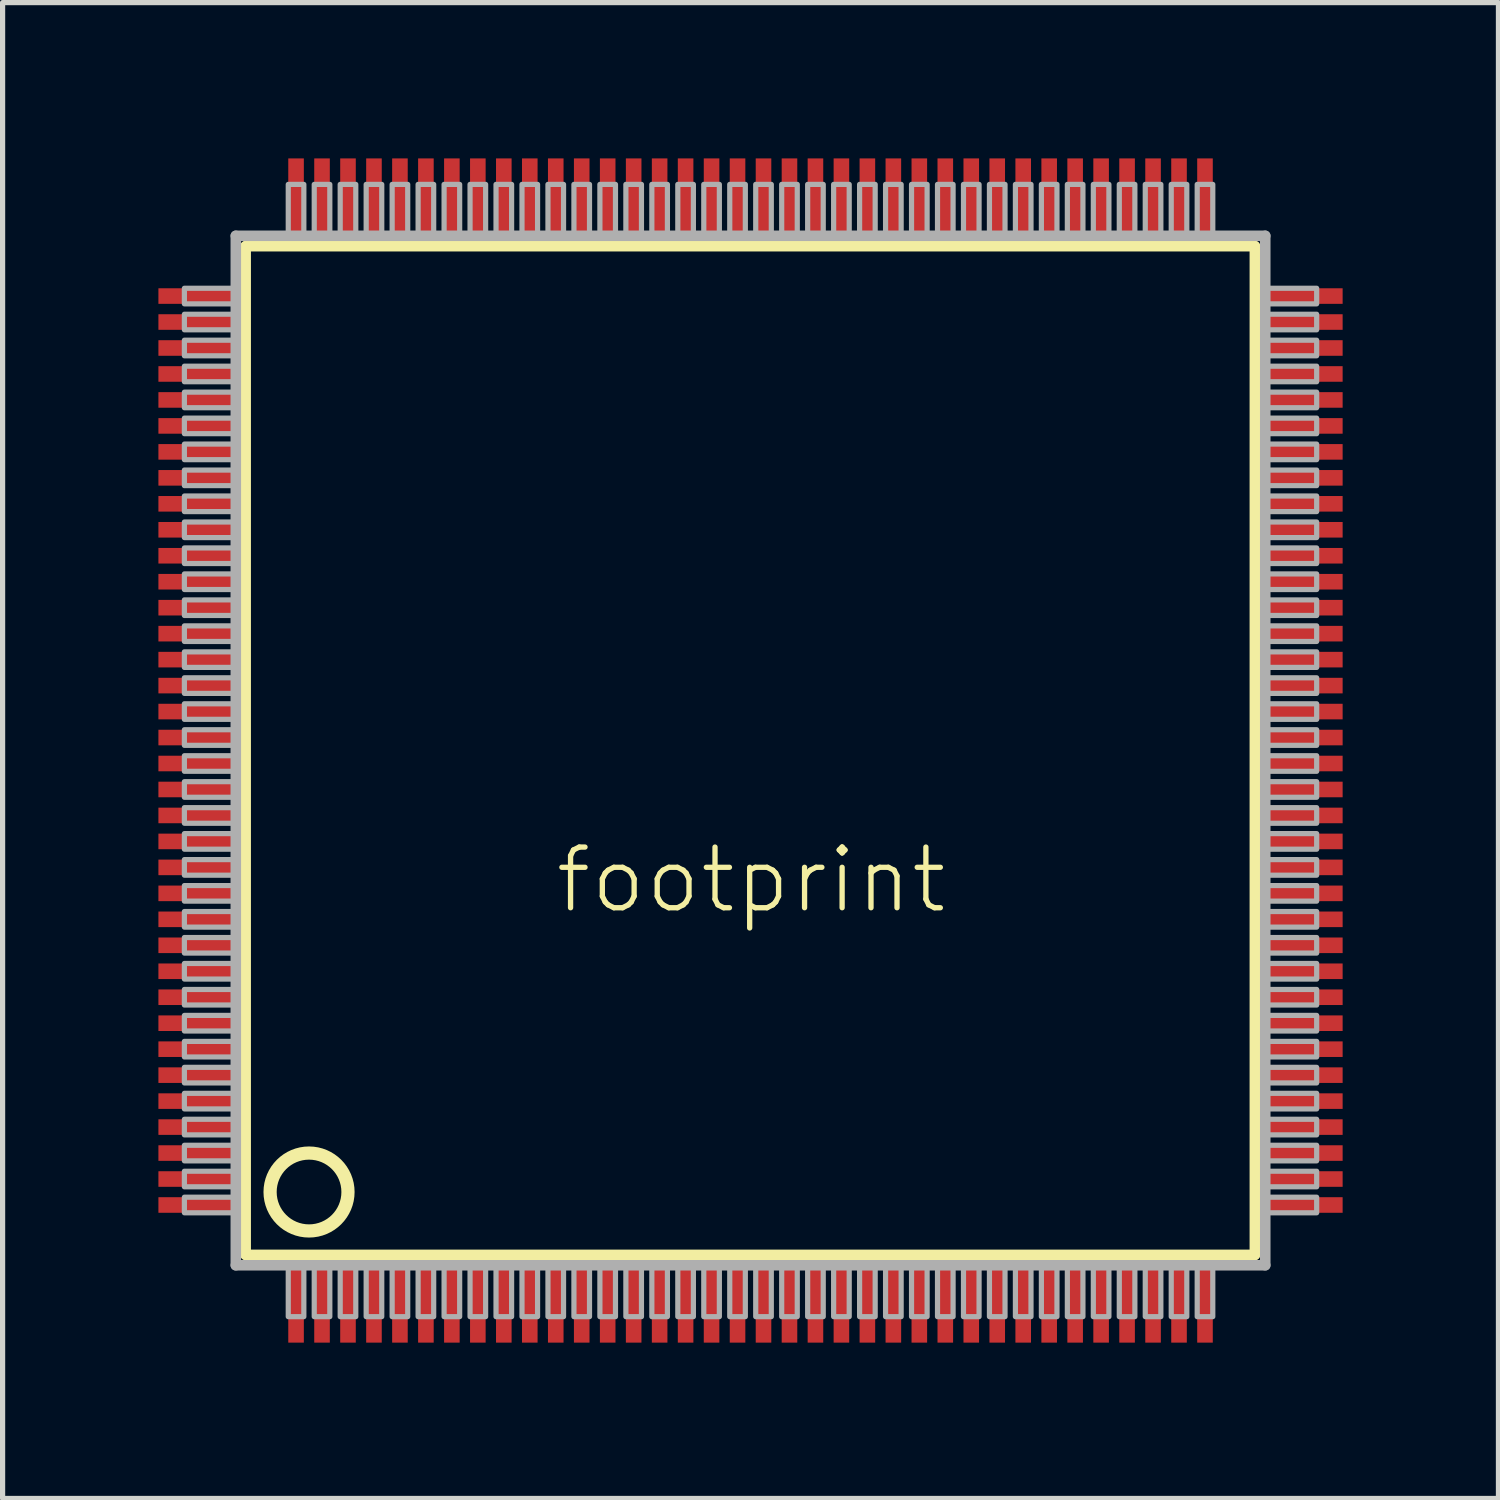
<source format=kicad_pcb>
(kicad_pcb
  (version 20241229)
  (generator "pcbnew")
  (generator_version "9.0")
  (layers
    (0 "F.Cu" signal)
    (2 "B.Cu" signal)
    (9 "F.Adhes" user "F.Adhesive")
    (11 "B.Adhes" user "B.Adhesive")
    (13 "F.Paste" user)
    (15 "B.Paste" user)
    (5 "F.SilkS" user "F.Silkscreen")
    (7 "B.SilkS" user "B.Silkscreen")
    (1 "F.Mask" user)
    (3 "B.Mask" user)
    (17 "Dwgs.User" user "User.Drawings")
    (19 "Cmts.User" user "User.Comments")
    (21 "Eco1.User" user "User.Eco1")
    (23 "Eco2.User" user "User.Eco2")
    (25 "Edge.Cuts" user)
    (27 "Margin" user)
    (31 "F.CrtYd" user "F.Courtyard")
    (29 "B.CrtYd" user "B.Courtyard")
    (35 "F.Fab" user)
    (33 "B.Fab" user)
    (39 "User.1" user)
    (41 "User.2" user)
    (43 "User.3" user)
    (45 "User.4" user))
  (footprint "footprint"
    (layer "F.Cu")
    (at 11.4 11.4)
    (property "Reference" "footprint" (at -3.81 3.175 0) (layer "F.SilkS") (effects (font (size 1.168 1.168) (thickness 0.102)) (justify left bottom)))
    (fp_line (start -9.72 -9.71) (end 9.71 -9.71) (stroke (width 0.203) (type solid)) (layer "F.SilkS"))
    (fp_line (start -9.72 9.71) (end -9.72 -9.71) (stroke (width 0.203) (type solid)) (layer "F.SilkS"))
    (fp_line (start 9.71 -9.71) (end 9.71 9.71) (stroke (width 0.203) (type solid)) (layer "F.SilkS"))
    (fp_line (start 9.71 9.71) (end -9.72 9.71) (stroke (width 0.203) (type solid)) (layer "F.SilkS"))
    (fp_circle (center -8.5 8.5) (end -7.75 8.5) (stroke (width 0.254) (type solid)) (fill no) (layer "F.SilkS"))
    (fp_line (start -9.91 -9.91) (end -9.91 9.91) (stroke (width 0.203) (type solid)) (layer "F.Fab"))
    (fp_line (start -9.91 9.91) (end 9.91 9.91) (stroke (width 0.203) (type solid)) (layer "F.Fab"))
    (fp_line (start 9.91 -9.91) (end -9.91 -9.91) (stroke (width 0.203) (type solid)) (layer "F.Fab"))
    (fp_line (start 9.91 9.91) (end 9.91 -9.91) (stroke (width 0.203) (type solid)) (layer "F.Fab"))
    (fp_poly (pts (xy -10.9 -8.6) (xy -9.95 -8.6) (xy -9.95 -8.9) (xy -10.9 -8.9)) (stroke (width 0.1) (type solid)) (fill no) (layer "F.Fab"))
    (fp_poly (pts (xy -10.9 -8.1) (xy -9.95 -8.1) (xy -9.95 -8.4) (xy -10.9 -8.4)) (stroke (width 0.1) (type solid)) (fill no) (layer "F.Fab"))
    (fp_poly (pts (xy -10.9 -7.6) (xy -9.95 -7.6) (xy -9.95 -7.9) (xy -10.9 -7.9)) (stroke (width 0.1) (type solid)) (fill no) (layer "F.Fab"))
    (fp_poly (pts (xy -10.9 -7.1) (xy -9.95 -7.1) (xy -9.95 -7.4) (xy -10.9 -7.4)) (stroke (width 0.1) (type solid)) (fill no) (layer "F.Fab"))
    (fp_poly (pts (xy -10.9 -6.6) (xy -9.95 -6.6) (xy -9.95 -6.9) (xy -10.9 -6.9)) (stroke (width 0.1) (type solid)) (fill no) (layer "F.Fab"))
    (fp_poly (pts (xy -10.9 -6.1) (xy -9.95 -6.1) (xy -9.95 -6.4) (xy -10.9 -6.4)) (stroke (width 0.1) (type solid)) (fill no) (layer "F.Fab"))
    (fp_poly (pts (xy -10.9 -5.6) (xy -9.95 -5.6) (xy -9.95 -5.9) (xy -10.9 -5.9)) (stroke (width 0.1) (type solid)) (fill no) (layer "F.Fab"))
    (fp_poly (pts (xy -10.9 -5.1) (xy -9.95 -5.1) (xy -9.95 -5.4) (xy -10.9 -5.4)) (stroke (width 0.1) (type solid)) (fill no) (layer "F.Fab"))
    (fp_poly (pts (xy -10.9 -4.6) (xy -9.95 -4.6) (xy -9.95 -4.9) (xy -10.9 -4.9)) (stroke (width 0.1) (type solid)) (fill no) (layer "F.Fab"))
    (fp_poly (pts (xy -10.9 -4.1) (xy -9.95 -4.1) (xy -9.95 -4.4) (xy -10.9 -4.4)) (stroke (width 0.1) (type solid)) (fill no) (layer "F.Fab"))
    (fp_poly (pts (xy -10.9 -3.6) (xy -9.95 -3.6) (xy -9.95 -3.9) (xy -10.9 -3.9)) (stroke (width 0.1) (type solid)) (fill no) (layer "F.Fab"))
    (fp_poly (pts (xy -10.9 -3.1) (xy -9.95 -3.1) (xy -9.95 -3.4) (xy -10.9 -3.4)) (stroke (width 0.1) (type solid)) (fill no) (layer "F.Fab"))
    (fp_poly (pts (xy -10.9 -2.6) (xy -9.95 -2.6) (xy -9.95 -2.9) (xy -10.9 -2.9)) (stroke (width 0.1) (type solid)) (fill no) (layer "F.Fab"))
    (fp_poly (pts (xy -10.9 -2.1) (xy -9.95 -2.1) (xy -9.95 -2.4) (xy -10.9 -2.4)) (stroke (width 0.1) (type solid)) (fill no) (layer "F.Fab"))
    (fp_poly (pts (xy -10.9 -1.6) (xy -9.95 -1.6) (xy -9.95 -1.9) (xy -10.9 -1.9)) (stroke (width 0.1) (type solid)) (fill no) (layer "F.Fab"))
    (fp_poly (pts (xy -10.9 -1.1) (xy -9.95 -1.1) (xy -9.95 -1.4) (xy -10.9 -1.4)) (stroke (width 0.1) (type solid)) (fill no) (layer "F.Fab"))
    (fp_poly (pts (xy -10.9 -0.6) (xy -9.95 -0.6) (xy -9.95 -0.9) (xy -10.9 -0.9)) (stroke (width 0.1) (type solid)) (fill no) (layer "F.Fab"))
    (fp_poly (pts (xy -10.9 -0.1) (xy -9.95 -0.1) (xy -9.95 -0.4) (xy -10.9 -0.4)) (stroke (width 0.1) (type solid)) (fill no) (layer "F.Fab"))
    (fp_poly (pts (xy -10.9 0.4) (xy -9.95 0.4) (xy -9.95 0.1) (xy -10.9 0.1)) (stroke (width 0.1) (type solid)) (fill no) (layer "F.Fab"))
    (fp_poly (pts (xy -10.9 0.9) (xy -9.95 0.9) (xy -9.95 0.6) (xy -10.9 0.6)) (stroke (width 0.1) (type solid)) (fill no) (layer "F.Fab"))
    (fp_poly (pts (xy -10.9 1.4) (xy -9.95 1.4) (xy -9.95 1.1) (xy -10.9 1.1)) (stroke (width 0.1) (type solid)) (fill no) (layer "F.Fab"))
    (fp_poly (pts (xy -10.9 1.9) (xy -9.95 1.9) (xy -9.95 1.6) (xy -10.9 1.6)) (stroke (width 0.1) (type solid)) (fill no) (layer "F.Fab"))
    (fp_poly (pts (xy -10.9 2.4) (xy -9.95 2.4) (xy -9.95 2.1) (xy -10.9 2.1)) (stroke (width 0.1) (type solid)) (fill no) (layer "F.Fab"))
    (fp_poly (pts (xy -10.9 2.9) (xy -9.95 2.9) (xy -9.95 2.6) (xy -10.9 2.6)) (stroke (width 0.1) (type solid)) (fill no) (layer "F.Fab"))
    (fp_poly (pts (xy -10.9 3.4) (xy -9.95 3.4) (xy -9.95 3.1) (xy -10.9 3.1)) (stroke (width 0.1) (type solid)) (fill no) (layer "F.Fab"))
    (fp_poly (pts (xy -10.9 3.9) (xy -9.95 3.9) (xy -9.95 3.6) (xy -10.9 3.6)) (stroke (width 0.1) (type solid)) (fill no) (layer "F.Fab"))
    (fp_poly (pts (xy -10.9 4.4) (xy -9.95 4.4) (xy -9.95 4.1) (xy -10.9 4.1)) (stroke (width 0.1) (type solid)) (fill no) (layer "F.Fab"))
    (fp_poly (pts (xy -10.9 4.9) (xy -9.95 4.9) (xy -9.95 4.6) (xy -10.9 4.6)) (stroke (width 0.1) (type solid)) (fill no) (layer "F.Fab"))
    (fp_poly (pts (xy -10.9 5.4) (xy -9.95 5.4) (xy -9.95 5.1) (xy -10.9 5.1)) (stroke (width 0.1) (type solid)) (fill no) (layer "F.Fab"))
    (fp_poly (pts (xy -10.9 5.9) (xy -9.95 5.9) (xy -9.95 5.6) (xy -10.9 5.6)) (stroke (width 0.1) (type solid)) (fill no) (layer "F.Fab"))
    (fp_poly (pts (xy -10.9 6.4) (xy -9.95 6.4) (xy -9.95 6.1) (xy -10.9 6.1)) (stroke (width 0.1) (type solid)) (fill no) (layer "F.Fab"))
    (fp_poly (pts (xy -10.9 6.9) (xy -9.95 6.9) (xy -9.95 6.6) (xy -10.9 6.6)) (stroke (width 0.1) (type solid)) (fill no) (layer "F.Fab"))
    (fp_poly (pts (xy -10.9 7.4) (xy -9.95 7.4) (xy -9.95 7.1) (xy -10.9 7.1)) (stroke (width 0.1) (type solid)) (fill no) (layer "F.Fab"))
    (fp_poly (pts (xy -10.9 7.9) (xy -9.95 7.9) (xy -9.95 7.6) (xy -10.9 7.6)) (stroke (width 0.1) (type solid)) (fill no) (layer "F.Fab"))
    (fp_poly (pts (xy -10.9 8.4) (xy -9.95 8.4) (xy -9.95 8.1) (xy -10.9 8.1)) (stroke (width 0.1) (type solid)) (fill no) (layer "F.Fab"))
    (fp_poly (pts (xy -10.9 8.9) (xy -9.95 8.9) (xy -9.95 8.6) (xy -10.9 8.6)) (stroke (width 0.1) (type solid)) (fill no) (layer "F.Fab"))
    (fp_poly (pts (xy -8.9 -9.95) (xy -8.6 -9.95) (xy -8.6 -10.9) (xy -8.9 -10.9)) (stroke (width 0.1) (type solid)) (fill no) (layer "F.Fab"))
    (fp_poly (pts (xy -8.9 10.9) (xy -8.6 10.9) (xy -8.6 9.95) (xy -8.9 9.95)) (stroke (width 0.1) (type solid)) (fill no) (layer "F.Fab"))
    (fp_poly (pts (xy -8.4 -9.95) (xy -8.1 -9.95) (xy -8.1 -10.9) (xy -8.4 -10.9)) (stroke (width 0.1) (type solid)) (fill no) (layer "F.Fab"))
    (fp_poly (pts (xy -8.4 10.9) (xy -8.1 10.9) (xy -8.1 9.95) (xy -8.4 9.95)) (stroke (width 0.1) (type solid)) (fill no) (layer "F.Fab"))
    (fp_poly (pts (xy -7.9 -9.95) (xy -7.6 -9.95) (xy -7.6 -10.9) (xy -7.9 -10.9)) (stroke (width 0.1) (type solid)) (fill no) (layer "F.Fab"))
    (fp_poly (pts (xy -7.9 10.9) (xy -7.6 10.9) (xy -7.6 9.95) (xy -7.9 9.95)) (stroke (width 0.1) (type solid)) (fill no) (layer "F.Fab"))
    (fp_poly (pts (xy -7.4 -9.95) (xy -7.1 -9.95) (xy -7.1 -10.9) (xy -7.4 -10.9)) (stroke (width 0.1) (type solid)) (fill no) (layer "F.Fab"))
    (fp_poly (pts (xy -7.4 10.9) (xy -7.1 10.9) (xy -7.1 9.95) (xy -7.4 9.95)) (stroke (width 0.1) (type solid)) (fill no) (layer "F.Fab"))
    (fp_poly (pts (xy -6.9 -9.95) (xy -6.6 -9.95) (xy -6.6 -10.9) (xy -6.9 -10.9)) (stroke (width 0.1) (type solid)) (fill no) (layer "F.Fab"))
    (fp_poly (pts (xy -6.9 10.9) (xy -6.6 10.9) (xy -6.6 9.95) (xy -6.9 9.95)) (stroke (width 0.1) (type solid)) (fill no) (layer "F.Fab"))
    (fp_poly (pts (xy -6.4 -9.95) (xy -6.1 -9.95) (xy -6.1 -10.9) (xy -6.4 -10.9)) (stroke (width 0.1) (type solid)) (fill no) (layer "F.Fab"))
    (fp_poly (pts (xy -6.4 10.9) (xy -6.1 10.9) (xy -6.1 9.95) (xy -6.4 9.95)) (stroke (width 0.1) (type solid)) (fill no) (layer "F.Fab"))
    (fp_poly (pts (xy -5.9 -9.95) (xy -5.6 -9.95) (xy -5.6 -10.9) (xy -5.9 -10.9)) (stroke (width 0.1) (type solid)) (fill no) (layer "F.Fab"))
    (fp_poly (pts (xy -5.9 10.9) (xy -5.6 10.9) (xy -5.6 9.95) (xy -5.9 9.95)) (stroke (width 0.1) (type solid)) (fill no) (layer "F.Fab"))
    (fp_poly (pts (xy -5.4 -9.95) (xy -5.1 -9.95) (xy -5.1 -10.9) (xy -5.4 -10.9)) (stroke (width 0.1) (type solid)) (fill no) (layer "F.Fab"))
    (fp_poly (pts (xy -5.4 10.9) (xy -5.1 10.9) (xy -5.1 9.95) (xy -5.4 9.95)) (stroke (width 0.1) (type solid)) (fill no) (layer "F.Fab"))
    (fp_poly (pts (xy -4.9 -9.95) (xy -4.6 -9.95) (xy -4.6 -10.9) (xy -4.9 -10.9)) (stroke (width 0.1) (type solid)) (fill no) (layer "F.Fab"))
    (fp_poly (pts (xy -4.9 10.9) (xy -4.6 10.9) (xy -4.6 9.95) (xy -4.9 9.95)) (stroke (width 0.1) (type solid)) (fill no) (layer "F.Fab"))
    (fp_poly (pts (xy -4.4 -9.95) (xy -4.1 -9.95) (xy -4.1 -10.9) (xy -4.4 -10.9)) (stroke (width 0.1) (type solid)) (fill no) (layer "F.Fab"))
    (fp_poly (pts (xy -4.4 10.9) (xy -4.1 10.9) (xy -4.1 9.95) (xy -4.4 9.95)) (stroke (width 0.1) (type solid)) (fill no) (layer "F.Fab"))
    (fp_poly (pts (xy -3.9 -9.95) (xy -3.6 -9.95) (xy -3.6 -10.9) (xy -3.9 -10.9)) (stroke (width 0.1) (type solid)) (fill no) (layer "F.Fab"))
    (fp_poly (pts (xy -3.9 10.9) (xy -3.6 10.9) (xy -3.6 9.95) (xy -3.9 9.95)) (stroke (width 0.1) (type solid)) (fill no) (layer "F.Fab"))
    (fp_poly (pts (xy -3.4 -9.95) (xy -3.1 -9.95) (xy -3.1 -10.9) (xy -3.4 -10.9)) (stroke (width 0.1) (type solid)) (fill no) (layer "F.Fab"))
    (fp_poly (pts (xy -3.4 10.9) (xy -3.1 10.9) (xy -3.1 9.95) (xy -3.4 9.95)) (stroke (width 0.1) (type solid)) (fill no) (layer "F.Fab"))
    (fp_poly (pts (xy -2.9 -9.95) (xy -2.6 -9.95) (xy -2.6 -10.9) (xy -2.9 -10.9)) (stroke (width 0.1) (type solid)) (fill no) (layer "F.Fab"))
    (fp_poly (pts (xy -2.9 10.9) (xy -2.6 10.9) (xy -2.6 9.95) (xy -2.9 9.95)) (stroke (width 0.1) (type solid)) (fill no) (layer "F.Fab"))
    (fp_poly (pts (xy -2.4 -9.95) (xy -2.1 -9.95) (xy -2.1 -10.9) (xy -2.4 -10.9)) (stroke (width 0.1) (type solid)) (fill no) (layer "F.Fab"))
    (fp_poly (pts (xy -2.4 10.9) (xy -2.1 10.9) (xy -2.1 9.95) (xy -2.4 9.95)) (stroke (width 0.1) (type solid)) (fill no) (layer "F.Fab"))
    (fp_poly (pts (xy -1.9 -9.95) (xy -1.6 -9.95) (xy -1.6 -10.9) (xy -1.9 -10.9)) (stroke (width 0.1) (type solid)) (fill no) (layer "F.Fab"))
    (fp_poly (pts (xy -1.9 10.9) (xy -1.6 10.9) (xy -1.6 9.95) (xy -1.9 9.95)) (stroke (width 0.1) (type solid)) (fill no) (layer "F.Fab"))
    (fp_poly (pts (xy -1.4 -9.95) (xy -1.1 -9.95) (xy -1.1 -10.9) (xy -1.4 -10.9)) (stroke (width 0.1) (type solid)) (fill no) (layer "F.Fab"))
    (fp_poly (pts (xy -1.4 10.9) (xy -1.1 10.9) (xy -1.1 9.95) (xy -1.4 9.95)) (stroke (width 0.1) (type solid)) (fill no) (layer "F.Fab"))
    (fp_poly (pts (xy -0.9 -9.95) (xy -0.6 -9.95) (xy -0.6 -10.9) (xy -0.9 -10.9)) (stroke (width 0.1) (type solid)) (fill no) (layer "F.Fab"))
    (fp_poly (pts (xy -0.9 10.9) (xy -0.6 10.9) (xy -0.6 9.95) (xy -0.9 9.95)) (stroke (width 0.1) (type solid)) (fill no) (layer "F.Fab"))
    (fp_poly (pts (xy -0.4 -9.95) (xy -0.1 -9.95) (xy -0.1 -10.9) (xy -0.4 -10.9)) (stroke (width 0.1) (type solid)) (fill no) (layer "F.Fab"))
    (fp_poly (pts (xy -0.4 10.9) (xy -0.1 10.9) (xy -0.1 9.95) (xy -0.4 9.95)) (stroke (width 0.1) (type solid)) (fill no) (layer "F.Fab"))
    (fp_poly (pts (xy 0.1 -9.95) (xy 0.4 -9.95) (xy 0.4 -10.9) (xy 0.1 -10.9)) (stroke (width 0.1) (type solid)) (fill no) (layer "F.Fab"))
    (fp_poly (pts (xy 0.1 10.9) (xy 0.4 10.9) (xy 0.4 9.95) (xy 0.1 9.95)) (stroke (width 0.1) (type solid)) (fill no) (layer "F.Fab"))
    (fp_poly (pts (xy 0.6 -9.95) (xy 0.9 -9.95) (xy 0.9 -10.9) (xy 0.6 -10.9)) (stroke (width 0.1) (type solid)) (fill no) (layer "F.Fab"))
    (fp_poly (pts (xy 0.6 10.9) (xy 0.9 10.9) (xy 0.9 9.95) (xy 0.6 9.95)) (stroke (width 0.1) (type solid)) (fill no) (layer "F.Fab"))
    (fp_poly (pts (xy 1.1 -9.95) (xy 1.4 -9.95) (xy 1.4 -10.9) (xy 1.1 -10.9)) (stroke (width 0.1) (type solid)) (fill no) (layer "F.Fab"))
    (fp_poly (pts (xy 1.1 10.9) (xy 1.4 10.9) (xy 1.4 9.95) (xy 1.1 9.95)) (stroke (width 0.1) (type solid)) (fill no) (layer "F.Fab"))
    (fp_poly (pts (xy 1.6 -9.95) (xy 1.9 -9.95) (xy 1.9 -10.9) (xy 1.6 -10.9)) (stroke (width 0.1) (type solid)) (fill no) (layer "F.Fab"))
    (fp_poly (pts (xy 1.6 10.9) (xy 1.9 10.9) (xy 1.9 9.95) (xy 1.6 9.95)) (stroke (width 0.1) (type solid)) (fill no) (layer "F.Fab"))
    (fp_poly (pts (xy 2.1 -9.95) (xy 2.4 -9.95) (xy 2.4 -10.9) (xy 2.1 -10.9)) (stroke (width 0.1) (type solid)) (fill no) (layer "F.Fab"))
    (fp_poly (pts (xy 2.1 10.9) (xy 2.4 10.9) (xy 2.4 9.95) (xy 2.1 9.95)) (stroke (width 0.1) (type solid)) (fill no) (layer "F.Fab"))
    (fp_poly (pts (xy 2.6 -9.95) (xy 2.9 -9.95) (xy 2.9 -10.9) (xy 2.6 -10.9)) (stroke (width 0.1) (type solid)) (fill no) (layer "F.Fab"))
    (fp_poly (pts (xy 2.6 10.9) (xy 2.9 10.9) (xy 2.9 9.95) (xy 2.6 9.95)) (stroke (width 0.1) (type solid)) (fill no) (layer "F.Fab"))
    (fp_poly (pts (xy 3.1 -9.95) (xy 3.4 -9.95) (xy 3.4 -10.9) (xy 3.1 -10.9)) (stroke (width 0.1) (type solid)) (fill no) (layer "F.Fab"))
    (fp_poly (pts (xy 3.1 10.9) (xy 3.4 10.9) (xy 3.4 9.95) (xy 3.1 9.95)) (stroke (width 0.1) (type solid)) (fill no) (layer "F.Fab"))
    (fp_poly (pts (xy 3.6 -9.95) (xy 3.9 -9.95) (xy 3.9 -10.9) (xy 3.6 -10.9)) (stroke (width 0.1) (type solid)) (fill no) (layer "F.Fab"))
    (fp_poly (pts (xy 3.6 10.9) (xy 3.9 10.9) (xy 3.9 9.95) (xy 3.6 9.95)) (stroke (width 0.1) (type solid)) (fill no) (layer "F.Fab"))
    (fp_poly (pts (xy 4.1 -9.95) (xy 4.4 -9.95) (xy 4.4 -10.9) (xy 4.1 -10.9)) (stroke (width 0.1) (type solid)) (fill no) (layer "F.Fab"))
    (fp_poly (pts (xy 4.1 10.9) (xy 4.4 10.9) (xy 4.4 9.95) (xy 4.1 9.95)) (stroke (width 0.1) (type solid)) (fill no) (layer "F.Fab"))
    (fp_poly (pts (xy 4.6 -9.95) (xy 4.9 -9.95) (xy 4.9 -10.9) (xy 4.6 -10.9)) (stroke (width 0.1) (type solid)) (fill no) (layer "F.Fab"))
    (fp_poly (pts (xy 4.6 10.9) (xy 4.9 10.9) (xy 4.9 9.95) (xy 4.6 9.95)) (stroke (width 0.1) (type solid)) (fill no) (layer "F.Fab"))
    (fp_poly (pts (xy 5.1 -9.95) (xy 5.4 -9.95) (xy 5.4 -10.9) (xy 5.1 -10.9)) (stroke (width 0.1) (type solid)) (fill no) (layer "F.Fab"))
    (fp_poly (pts (xy 5.1 10.9) (xy 5.4 10.9) (xy 5.4 9.95) (xy 5.1 9.95)) (stroke (width 0.1) (type solid)) (fill no) (layer "F.Fab"))
    (fp_poly (pts (xy 5.6 -9.95) (xy 5.9 -9.95) (xy 5.9 -10.9) (xy 5.6 -10.9)) (stroke (width 0.1) (type solid)) (fill no) (layer "F.Fab"))
    (fp_poly (pts (xy 5.6 10.9) (xy 5.9 10.9) (xy 5.9 9.95) (xy 5.6 9.95)) (stroke (width 0.1) (type solid)) (fill no) (layer "F.Fab"))
    (fp_poly (pts (xy 6.1 -9.95) (xy 6.4 -9.95) (xy 6.4 -10.9) (xy 6.1 -10.9)) (stroke (width 0.1) (type solid)) (fill no) (layer "F.Fab"))
    (fp_poly (pts (xy 6.1 10.9) (xy 6.4 10.9) (xy 6.4 9.95) (xy 6.1 9.95)) (stroke (width 0.1) (type solid)) (fill no) (layer "F.Fab"))
    (fp_poly (pts (xy 6.6 -9.95) (xy 6.9 -9.95) (xy 6.9 -10.9) (xy 6.6 -10.9)) (stroke (width 0.1) (type solid)) (fill no) (layer "F.Fab"))
    (fp_poly (pts (xy 6.6 10.9) (xy 6.9 10.9) (xy 6.9 9.95) (xy 6.6 9.95)) (stroke (width 0.1) (type solid)) (fill no) (layer "F.Fab"))
    (fp_poly (pts (xy 7.1 -9.95) (xy 7.4 -9.95) (xy 7.4 -10.9) (xy 7.1 -10.9)) (stroke (width 0.1) (type solid)) (fill no) (layer "F.Fab"))
    (fp_poly (pts (xy 7.1 10.9) (xy 7.4 10.9) (xy 7.4 9.95) (xy 7.1 9.95)) (stroke (width 0.1) (type solid)) (fill no) (layer "F.Fab"))
    (fp_poly (pts (xy 7.6 -9.95) (xy 7.9 -9.95) (xy 7.9 -10.9) (xy 7.6 -10.9)) (stroke (width 0.1) (type solid)) (fill no) (layer "F.Fab"))
    (fp_poly (pts (xy 7.6 10.9) (xy 7.9 10.9) (xy 7.9 9.95) (xy 7.6 9.95)) (stroke (width 0.1) (type solid)) (fill no) (layer "F.Fab"))
    (fp_poly (pts (xy 8.1 -9.95) (xy 8.4 -9.95) (xy 8.4 -10.9) (xy 8.1 -10.9)) (stroke (width 0.1) (type solid)) (fill no) (layer "F.Fab"))
    (fp_poly (pts (xy 8.1 10.9) (xy 8.4 10.9) (xy 8.4 9.95) (xy 8.1 9.95)) (stroke (width 0.1) (type solid)) (fill no) (layer "F.Fab"))
    (fp_poly (pts (xy 8.6 -9.95) (xy 8.9 -9.95) (xy 8.9 -10.9) (xy 8.6 -10.9)) (stroke (width 0.1) (type solid)) (fill no) (layer "F.Fab"))
    (fp_poly (pts (xy 8.6 10.9) (xy 8.9 10.9) (xy 8.9 9.95) (xy 8.6 9.95)) (stroke (width 0.1) (type solid)) (fill no) (layer "F.Fab"))
    (fp_poly (pts (xy 9.95 -8.6) (xy 10.9 -8.6) (xy 10.9 -8.9) (xy 9.95 -8.9)) (stroke (width 0.1) (type solid)) (fill no) (layer "F.Fab"))
    (fp_poly (pts (xy 9.95 -8.1) (xy 10.9 -8.1) (xy 10.9 -8.4) (xy 9.95 -8.4)) (stroke (width 0.1) (type solid)) (fill no) (layer "F.Fab"))
    (fp_poly (pts (xy 9.95 -7.6) (xy 10.9 -7.6) (xy 10.9 -7.9) (xy 9.95 -7.9)) (stroke (width 0.1) (type solid)) (fill no) (layer "F.Fab"))
    (fp_poly (pts (xy 9.95 -7.1) (xy 10.9 -7.1) (xy 10.9 -7.4) (xy 9.95 -7.4)) (stroke (width 0.1) (type solid)) (fill no) (layer "F.Fab"))
    (fp_poly (pts (xy 9.95 -6.6) (xy 10.9 -6.6) (xy 10.9 -6.9) (xy 9.95 -6.9)) (stroke (width 0.1) (type solid)) (fill no) (layer "F.Fab"))
    (fp_poly (pts (xy 9.95 -6.1) (xy 10.9 -6.1) (xy 10.9 -6.4) (xy 9.95 -6.4)) (stroke (width 0.1) (type solid)) (fill no) (layer "F.Fab"))
    (fp_poly (pts (xy 9.95 -5.6) (xy 10.9 -5.6) (xy 10.9 -5.9) (xy 9.95 -5.9)) (stroke (width 0.1) (type solid)) (fill no) (layer "F.Fab"))
    (fp_poly (pts (xy 9.95 -5.1) (xy 10.9 -5.1) (xy 10.9 -5.4) (xy 9.95 -5.4)) (stroke (width 0.1) (type solid)) (fill no) (layer "F.Fab"))
    (fp_poly (pts (xy 9.95 -4.6) (xy 10.9 -4.6) (xy 10.9 -4.9) (xy 9.95 -4.9)) (stroke (width 0.1) (type solid)) (fill no) (layer "F.Fab"))
    (fp_poly (pts (xy 9.95 -4.1) (xy 10.9 -4.1) (xy 10.9 -4.4) (xy 9.95 -4.4)) (stroke (width 0.1) (type solid)) (fill no) (layer "F.Fab"))
    (fp_poly (pts (xy 9.95 -3.6) (xy 10.9 -3.6) (xy 10.9 -3.9) (xy 9.95 -3.9)) (stroke (width 0.1) (type solid)) (fill no) (layer "F.Fab"))
    (fp_poly (pts (xy 9.95 -3.1) (xy 10.9 -3.1) (xy 10.9 -3.4) (xy 9.95 -3.4)) (stroke (width 0.1) (type solid)) (fill no) (layer "F.Fab"))
    (fp_poly (pts (xy 9.95 -2.6) (xy 10.9 -2.6) (xy 10.9 -2.9) (xy 9.95 -2.9)) (stroke (width 0.1) (type solid)) (fill no) (layer "F.Fab"))
    (fp_poly (pts (xy 9.95 -2.1) (xy 10.9 -2.1) (xy 10.9 -2.4) (xy 9.95 -2.4)) (stroke (width 0.1) (type solid)) (fill no) (layer "F.Fab"))
    (fp_poly (pts (xy 9.95 -1.6) (xy 10.9 -1.6) (xy 10.9 -1.9) (xy 9.95 -1.9)) (stroke (width 0.1) (type solid)) (fill no) (layer "F.Fab"))
    (fp_poly (pts (xy 9.95 -1.1) (xy 10.9 -1.1) (xy 10.9 -1.4) (xy 9.95 -1.4)) (stroke (width 0.1) (type solid)) (fill no) (layer "F.Fab"))
    (fp_poly (pts (xy 9.95 -0.6) (xy 10.9 -0.6) (xy 10.9 -0.9) (xy 9.95 -0.9)) (stroke (width 0.1) (type solid)) (fill no) (layer "F.Fab"))
    (fp_poly (pts (xy 9.95 -0.1) (xy 10.9 -0.1) (xy 10.9 -0.4) (xy 9.95 -0.4)) (stroke (width 0.1) (type solid)) (fill no) (layer "F.Fab"))
    (fp_poly (pts (xy 9.95 0.4) (xy 10.9 0.4) (xy 10.9 0.1) (xy 9.95 0.1)) (stroke (width 0.1) (type solid)) (fill no) (layer "F.Fab"))
    (fp_poly (pts (xy 9.95 0.9) (xy 10.9 0.9) (xy 10.9 0.6) (xy 9.95 0.6)) (stroke (width 0.1) (type solid)) (fill no) (layer "F.Fab"))
    (fp_poly (pts (xy 9.95 1.4) (xy 10.9 1.4) (xy 10.9 1.1) (xy 9.95 1.1)) (stroke (width 0.1) (type solid)) (fill no) (layer "F.Fab"))
    (fp_poly (pts (xy 9.95 1.9) (xy 10.9 1.9) (xy 10.9 1.6) (xy 9.95 1.6)) (stroke (width 0.1) (type solid)) (fill no) (layer "F.Fab"))
    (fp_poly (pts (xy 9.95 2.4) (xy 10.9 2.4) (xy 10.9 2.1) (xy 9.95 2.1)) (stroke (width 0.1) (type solid)) (fill no) (layer "F.Fab"))
    (fp_poly (pts (xy 9.95 2.9) (xy 10.9 2.9) (xy 10.9 2.6) (xy 9.95 2.6)) (stroke (width 0.1) (type solid)) (fill no) (layer "F.Fab"))
    (fp_poly (pts (xy 9.95 3.4) (xy 10.9 3.4) (xy 10.9 3.1) (xy 9.95 3.1)) (stroke (width 0.1) (type solid)) (fill no) (layer "F.Fab"))
    (fp_poly (pts (xy 9.95 3.9) (xy 10.9 3.9) (xy 10.9 3.6) (xy 9.95 3.6)) (stroke (width 0.1) (type solid)) (fill no) (layer "F.Fab"))
    (fp_poly (pts (xy 9.95 4.4) (xy 10.9 4.4) (xy 10.9 4.1) (xy 9.95 4.1)) (stroke (width 0.1) (type solid)) (fill no) (layer "F.Fab"))
    (fp_poly (pts (xy 9.95 4.9) (xy 10.9 4.9) (xy 10.9 4.6) (xy 9.95 4.6)) (stroke (width 0.1) (type solid)) (fill no) (layer "F.Fab"))
    (fp_poly (pts (xy 9.95 5.4) (xy 10.9 5.4) (xy 10.9 5.1) (xy 9.95 5.1)) (stroke (width 0.1) (type solid)) (fill no) (layer "F.Fab"))
    (fp_poly (pts (xy 9.95 5.9) (xy 10.9 5.9) (xy 10.9 5.6) (xy 9.95 5.6)) (stroke (width 0.1) (type solid)) (fill no) (layer "F.Fab"))
    (fp_poly (pts (xy 9.95 6.4) (xy 10.9 6.4) (xy 10.9 6.1) (xy 9.95 6.1)) (stroke (width 0.1) (type solid)) (fill no) (layer "F.Fab"))
    (fp_poly (pts (xy 9.95 6.9) (xy 10.9 6.9) (xy 10.9 6.6) (xy 9.95 6.6)) (stroke (width 0.1) (type solid)) (fill no) (layer "F.Fab"))
    (fp_poly (pts (xy 9.95 7.4) (xy 10.9 7.4) (xy 10.9 7.1) (xy 9.95 7.1)) (stroke (width 0.1) (type solid)) (fill no) (layer "F.Fab"))
    (fp_poly (pts (xy 9.95 7.9) (xy 10.9 7.9) (xy 10.9 7.6) (xy 9.95 7.6)) (stroke (width 0.1) (type solid)) (fill no) (layer "F.Fab"))
    (fp_poly (pts (xy 9.95 8.4) (xy 10.9 8.4) (xy 10.9 8.1) (xy 9.95 8.1)) (stroke (width 0.1) (type solid)) (fill no) (layer "F.Fab"))
    (fp_poly (pts (xy 9.95 8.9) (xy 10.9 8.9) (xy 10.9 8.6) (xy 9.95 8.6)) (stroke (width 0.1) (type solid)) (fill no) (layer "F.Fab"))
    (pad "1" smd rect (at -8.75 10.6) (size 0.3 1.6) (layers "F.Cu" "F.Mask" "F.Paste"))
    (pad "2" smd rect (at -8.25 10.6) (size 0.3 1.6) (layers "F.Cu" "F.Mask" "F.Paste"))
    (pad "3" smd rect (at -7.75 10.6) (size 0.3 1.6) (layers "F.Cu" "F.Mask" "F.Paste"))
    (pad "4" smd rect (at -7.25 10.6) (size 0.3 1.6) (layers "F.Cu" "F.Mask" "F.Paste"))
    (pad "5" smd rect (at -6.75 10.6) (size 0.3 1.6) (layers "F.Cu" "F.Mask" "F.Paste"))
    (pad "6" smd rect (at -6.25 10.6) (size 0.3 1.6) (layers "F.Cu" "F.Mask" "F.Paste"))
    (pad "7" smd rect (at -5.75 10.6) (size 0.3 1.6) (layers "F.Cu" "F.Mask" "F.Paste"))
    (pad "8" smd rect (at -5.25 10.6) (size 0.3 1.6) (layers "F.Cu" "F.Mask" "F.Paste"))
    (pad "9" smd rect (at -4.75 10.6) (size 0.3 1.6) (layers "F.Cu" "F.Mask" "F.Paste"))
    (pad "10" smd rect (at -4.25 10.6) (size 0.3 1.6) (layers "F.Cu" "F.Mask" "F.Paste"))
    (pad "11" smd rect (at -3.75 10.6) (size 0.3 1.6) (layers "F.Cu" "F.Mask" "F.Paste"))
    (pad "12" smd rect (at -3.25 10.6) (size 0.3 1.6) (layers "F.Cu" "F.Mask" "F.Paste"))
    (pad "13" smd rect (at -2.75 10.6) (size 0.3 1.6) (layers "F.Cu" "F.Mask" "F.Paste"))
    (pad "14" smd rect (at -2.25 10.6) (size 0.3 1.6) (layers "F.Cu" "F.Mask" "F.Paste"))
    (pad "15" smd rect (at -1.75 10.6) (size 0.3 1.6) (layers "F.Cu" "F.Mask" "F.Paste"))
    (pad "16" smd rect (at -1.25 10.6) (size 0.3 1.6) (layers "F.Cu" "F.Mask" "F.Paste"))
    (pad "17" smd rect (at -0.75 10.6) (size 0.3 1.6) (layers "F.Cu" "F.Mask" "F.Paste"))
    (pad "18" smd rect (at -0.25 10.6) (size 0.3 1.6) (layers "F.Cu" "F.Mask" "F.Paste"))
    (pad "19" smd rect (at 0.25 10.6) (size 0.3 1.6) (layers "F.Cu" "F.Mask" "F.Paste"))
    (pad "20" smd rect (at 0.75 10.6) (size 0.3 1.6) (layers "F.Cu" "F.Mask" "F.Paste"))
    (pad "21" smd rect (at 1.25 10.6) (size 0.3 1.6) (layers "F.Cu" "F.Mask" "F.Paste"))
    (pad "22" smd rect (at 1.75 10.6) (size 0.3 1.6) (layers "F.Cu" "F.Mask" "F.Paste"))
    (pad "23" smd rect (at 2.25 10.6) (size 0.3 1.6) (layers "F.Cu" "F.Mask" "F.Paste"))
    (pad "24" smd rect (at 2.75 10.6) (size 0.3 1.6) (layers "F.Cu" "F.Mask" "F.Paste"))
    (pad "25" smd rect (at 3.25 10.6) (size 0.3 1.6) (layers "F.Cu" "F.Mask" "F.Paste"))
    (pad "26" smd rect (at 3.75 10.6) (size 0.3 1.6) (layers "F.Cu" "F.Mask" "F.Paste"))
    (pad "27" smd rect (at 4.25 10.6) (size 0.3 1.6) (layers "F.Cu" "F.Mask" "F.Paste"))
    (pad "28" smd rect (at 4.75 10.6) (size 0.3 1.6) (layers "F.Cu" "F.Mask" "F.Paste"))
    (pad "29" smd rect (at 5.25 10.6) (size 0.3 1.6) (layers "F.Cu" "F.Mask" "F.Paste"))
    (pad "30" smd rect (at 5.75 10.6) (size 0.3 1.6) (layers "F.Cu" "F.Mask" "F.Paste"))
    (pad "31" smd rect (at 6.25 10.6) (size 0.3 1.6) (layers "F.Cu" "F.Mask" "F.Paste"))
    (pad "32" smd rect (at 6.75 10.6) (size 0.3 1.6) (layers "F.Cu" "F.Mask" "F.Paste"))
    (pad "33" smd rect (at 7.25 10.6) (size 0.3 1.6) (layers "F.Cu" "F.Mask" "F.Paste"))
    (pad "34" smd rect (at 7.75 10.6) (size 0.3 1.6) (layers "F.Cu" "F.Mask" "F.Paste"))
    (pad "35" smd rect (at 8.25 10.6) (size 0.3 1.6) (layers "F.Cu" "F.Mask" "F.Paste"))
    (pad "36" smd rect (at 8.75 10.6) (size 0.3 1.6) (layers "F.Cu" "F.Mask" "F.Paste"))
    (pad "37" smd rect (at 10.6 8.75) (size 1.6 0.3) (layers "F.Cu" "F.Mask" "F.Paste"))
    (pad "38" smd rect (at 10.6 8.25) (size 1.6 0.3) (layers "F.Cu" "F.Mask" "F.Paste"))
    (pad "39" smd rect (at 10.6 7.75) (size 1.6 0.3) (layers "F.Cu" "F.Mask" "F.Paste"))
    (pad "40" smd rect (at 10.6 7.25) (size 1.6 0.3) (layers "F.Cu" "F.Mask" "F.Paste"))
    (pad "41" smd rect (at 10.6 6.75) (size 1.6 0.3) (layers "F.Cu" "F.Mask" "F.Paste"))
    (pad "42" smd rect (at 10.6 6.25) (size 1.6 0.3) (layers "F.Cu" "F.Mask" "F.Paste"))
    (pad "43" smd rect (at 10.6 5.75) (size 1.6 0.3) (layers "F.Cu" "F.Mask" "F.Paste"))
    (pad "44" smd rect (at 10.6 5.25) (size 1.6 0.3) (layers "F.Cu" "F.Mask" "F.Paste"))
    (pad "45" smd rect (at 10.6 4.75) (size 1.6 0.3) (layers "F.Cu" "F.Mask" "F.Paste"))
    (pad "46" smd rect (at 10.6 4.25) (size 1.6 0.3) (layers "F.Cu" "F.Mask" "F.Paste"))
    (pad "47" smd rect (at 10.6 3.75) (size 1.6 0.3) (layers "F.Cu" "F.Mask" "F.Paste"))
    (pad "48" smd rect (at 10.6 3.25) (size 1.6 0.3) (layers "F.Cu" "F.Mask" "F.Paste"))
    (pad "49" smd rect (at 10.6 2.75) (size 1.6 0.3) (layers "F.Cu" "F.Mask" "F.Paste"))
    (pad "50" smd rect (at 10.6 2.25) (size 1.6 0.3) (layers "F.Cu" "F.Mask" "F.Paste"))
    (pad "51" smd rect (at 10.6 1.75) (size 1.6 0.3) (layers "F.Cu" "F.Mask" "F.Paste"))
    (pad "52" smd rect (at 10.6 1.25) (size 1.6 0.3) (layers "F.Cu" "F.Mask" "F.Paste"))
    (pad "53" smd rect (at 10.6 0.75) (size 1.6 0.3) (layers "F.Cu" "F.Mask" "F.Paste"))
    (pad "54" smd rect (at 10.6 0.25) (size 1.6 0.3) (layers "F.Cu" "F.Mask" "F.Paste"))
    (pad "55" smd rect (at 10.6 -0.25) (size 1.6 0.3) (layers "F.Cu" "F.Mask" "F.Paste"))
    (pad "56" smd rect (at 10.6 -0.75) (size 1.6 0.3) (layers "F.Cu" "F.Mask" "F.Paste"))
    (pad "57" smd rect (at 10.6 -1.25) (size 1.6 0.3) (layers "F.Cu" "F.Mask" "F.Paste"))
    (pad "58" smd rect (at 10.6 -1.75) (size 1.6 0.3) (layers "F.Cu" "F.Mask" "F.Paste"))
    (pad "59" smd rect (at 10.6 -2.25) (size 1.6 0.3) (layers "F.Cu" "F.Mask" "F.Paste"))
    (pad "60" smd rect (at 10.6 -2.75) (size 1.6 0.3) (layers "F.Cu" "F.Mask" "F.Paste"))
    (pad "61" smd rect (at 10.6 -3.25) (size 1.6 0.3) (layers "F.Cu" "F.Mask" "F.Paste"))
    (pad "62" smd rect (at 10.6 -3.75) (size 1.6 0.3) (layers "F.Cu" "F.Mask" "F.Paste"))
    (pad "63" smd rect (at 10.6 -4.25) (size 1.6 0.3) (layers "F.Cu" "F.Mask" "F.Paste"))
    (pad "64" smd rect (at 10.6 -4.75) (size 1.6 0.3) (layers "F.Cu" "F.Mask" "F.Paste"))
    (pad "65" smd rect (at 10.6 -5.25) (size 1.6 0.3) (layers "F.Cu" "F.Mask" "F.Paste"))
    (pad "66" smd rect (at 10.6 -5.75) (size 1.6 0.3) (layers "F.Cu" "F.Mask" "F.Paste"))
    (pad "67" smd rect (at 10.6 -6.25) (size 1.6 0.3) (layers "F.Cu" "F.Mask" "F.Paste"))
    (pad "68" smd rect (at 10.6 -6.75) (size 1.6 0.3) (layers "F.Cu" "F.Mask" "F.Paste"))
    (pad "69" smd rect (at 10.6 -7.25) (size 1.6 0.3) (layers "F.Cu" "F.Mask" "F.Paste"))
    (pad "70" smd rect (at 10.6 -7.75) (size 1.6 0.3) (layers "F.Cu" "F.Mask" "F.Paste"))
    (pad "71" smd rect (at 10.6 -8.25) (size 1.6 0.3) (layers "F.Cu" "F.Mask" "F.Paste"))
    (pad "72" smd rect (at 10.6 -8.75) (size 1.6 0.3) (layers "F.Cu" "F.Mask" "F.Paste"))
    (pad "73" smd rect (at 8.75 -10.6) (size 0.3 1.6) (layers "F.Cu" "F.Mask" "F.Paste"))
    (pad "74" smd rect (at 8.25 -10.6) (size 0.3 1.6) (layers "F.Cu" "F.Mask" "F.Paste"))
    (pad "75" smd rect (at 7.75 -10.6) (size 0.3 1.6) (layers "F.Cu" "F.Mask" "F.Paste"))
    (pad "76" smd rect (at 7.25 -10.6) (size 0.3 1.6) (layers "F.Cu" "F.Mask" "F.Paste"))
    (pad "77" smd rect (at 6.75 -10.6) (size 0.3 1.6) (layers "F.Cu" "F.Mask" "F.Paste"))
    (pad "78" smd rect (at 6.25 -10.6) (size 0.3 1.6) (layers "F.Cu" "F.Mask" "F.Paste"))
    (pad "79" smd rect (at 5.75 -10.6) (size 0.3 1.6) (layers "F.Cu" "F.Mask" "F.Paste"))
    (pad "80" smd rect (at 5.25 -10.6) (size 0.3 1.6) (layers "F.Cu" "F.Mask" "F.Paste"))
    (pad "81" smd rect (at 4.75 -10.6) (size 0.3 1.6) (layers "F.Cu" "F.Mask" "F.Paste"))
    (pad "82" smd rect (at 4.25 -10.6) (size 0.3 1.6) (layers "F.Cu" "F.Mask" "F.Paste"))
    (pad "83" smd rect (at 3.75 -10.6) (size 0.3 1.6) (layers "F.Cu" "F.Mask" "F.Paste"))
    (pad "84" smd rect (at 3.25 -10.6) (size 0.3 1.6) (layers "F.Cu" "F.Mask" "F.Paste"))
    (pad "85" smd rect (at 2.75 -10.6) (size 0.3 1.6) (layers "F.Cu" "F.Mask" "F.Paste"))
    (pad "86" smd rect (at 2.25 -10.6) (size 0.3 1.6) (layers "F.Cu" "F.Mask" "F.Paste"))
    (pad "87" smd rect (at 1.75 -10.6) (size 0.3 1.6) (layers "F.Cu" "F.Mask" "F.Paste"))
    (pad "88" smd rect (at 1.25 -10.6) (size 0.3 1.6) (layers "F.Cu" "F.Mask" "F.Paste"))
    (pad "89" smd rect (at 0.75 -10.6) (size 0.3 1.6) (layers "F.Cu" "F.Mask" "F.Paste"))
    (pad "90" smd rect (at 0.25 -10.6) (size 0.3 1.6) (layers "F.Cu" "F.Mask" "F.Paste"))
    (pad "91" smd rect (at -0.25 -10.6) (size 0.3 1.6) (layers "F.Cu" "F.Mask" "F.Paste"))
    (pad "92" smd rect (at -0.75 -10.6) (size 0.3 1.6) (layers "F.Cu" "F.Mask" "F.Paste"))
    (pad "93" smd rect (at -1.25 -10.6) (size 0.3 1.6) (layers "F.Cu" "F.Mask" "F.Paste"))
    (pad "94" smd rect (at -1.75 -10.6) (size 0.3 1.6) (layers "F.Cu" "F.Mask" "F.Paste"))
    (pad "95" smd rect (at -2.25 -10.6) (size 0.3 1.6) (layers "F.Cu" "F.Mask" "F.Paste"))
    (pad "96" smd rect (at -2.75 -10.6) (size 0.3 1.6) (layers "F.Cu" "F.Mask" "F.Paste"))
    (pad "97" smd rect (at -3.25 -10.6) (size 0.3 1.6) (layers "F.Cu" "F.Mask" "F.Paste"))
    (pad "98" smd rect (at -3.75 -10.6) (size 0.3 1.6) (layers "F.Cu" "F.Mask" "F.Paste"))
    (pad "99" smd rect (at -4.25 -10.6) (size 0.3 1.6) (layers "F.Cu" "F.Mask" "F.Paste"))
    (pad "100" smd rect (at -4.75 -10.6) (size 0.3 1.6) (layers "F.Cu" "F.Mask" "F.Paste"))
    (pad "101" smd rect (at -5.25 -10.6) (size 0.3 1.6) (layers "F.Cu" "F.Mask" "F.Paste"))
    (pad "102" smd rect (at -5.75 -10.6) (size 0.3 1.6) (layers "F.Cu" "F.Mask" "F.Paste"))
    (pad "103" smd rect (at -6.25 -10.6) (size 0.3 1.6) (layers "F.Cu" "F.Mask" "F.Paste"))
    (pad "104" smd rect (at -6.75 -10.6) (size 0.3 1.6) (layers "F.Cu" "F.Mask" "F.Paste"))
    (pad "105" smd rect (at -7.25 -10.6) (size 0.3 1.6) (layers "F.Cu" "F.Mask" "F.Paste"))
    (pad "106" smd rect (at -7.75 -10.6) (size 0.3 1.6) (layers "F.Cu" "F.Mask" "F.Paste"))
    (pad "107" smd rect (at -8.25 -10.6) (size 0.3 1.6) (layers "F.Cu" "F.Mask" "F.Paste"))
    (pad "108" smd rect (at -8.75 -10.6) (size 0.3 1.6) (layers "F.Cu" "F.Mask" "F.Paste"))
    (pad "109" smd rect (at -10.6 -8.75) (size 1.6 0.3) (layers "F.Cu" "F.Mask" "F.Paste"))
    (pad "110" smd rect (at -10.6 -8.25) (size 1.6 0.3) (layers "F.Cu" "F.Mask" "F.Paste"))
    (pad "111" smd rect (at -10.6 -7.75) (size 1.6 0.3) (layers "F.Cu" "F.Mask" "F.Paste"))
    (pad "112" smd rect (at -10.6 -7.25) (size 1.6 0.3) (layers "F.Cu" "F.Mask" "F.Paste"))
    (pad "113" smd rect (at -10.6 -6.75) (size 1.6 0.3) (layers "F.Cu" "F.Mask" "F.Paste"))
    (pad "114" smd rect (at -10.6 -6.25) (size 1.6 0.3) (layers "F.Cu" "F.Mask" "F.Paste"))
    (pad "115" smd rect (at -10.6 -5.75) (size 1.6 0.3) (layers "F.Cu" "F.Mask" "F.Paste"))
    (pad "116" smd rect (at -10.6 -5.25) (size 1.6 0.3) (layers "F.Cu" "F.Mask" "F.Paste"))
    (pad "117" smd rect (at -10.6 -4.75) (size 1.6 0.3) (layers "F.Cu" "F.Mask" "F.Paste"))
    (pad "118" smd rect (at -10.6 -4.25) (size 1.6 0.3) (layers "F.Cu" "F.Mask" "F.Paste"))
    (pad "119" smd rect (at -10.6 -3.75) (size 1.6 0.3) (layers "F.Cu" "F.Mask" "F.Paste"))
    (pad "120" smd rect (at -10.6 -3.25) (size 1.6 0.3) (layers "F.Cu" "F.Mask" "F.Paste"))
    (pad "121" smd rect (at -10.6 -2.75) (size 1.6 0.3) (layers "F.Cu" "F.Mask" "F.Paste"))
    (pad "122" smd rect (at -10.6 -2.25) (size 1.6 0.3) (layers "F.Cu" "F.Mask" "F.Paste"))
    (pad "123" smd rect (at -10.6 -1.75) (size 1.6 0.3) (layers "F.Cu" "F.Mask" "F.Paste"))
    (pad "124" smd rect (at -10.6 -1.25) (size 1.6 0.3) (layers "F.Cu" "F.Mask" "F.Paste"))
    (pad "125" smd rect (at -10.6 -0.75) (size 1.6 0.3) (layers "F.Cu" "F.Mask" "F.Paste"))
    (pad "126" smd rect (at -10.6 -0.25) (size 1.6 0.3) (layers "F.Cu" "F.Mask" "F.Paste"))
    (pad "127" smd rect (at -10.6 0.25) (size 1.6 0.3) (layers "F.Cu" "F.Mask" "F.Paste"))
    (pad "128" smd rect (at -10.6 0.75) (size 1.6 0.3) (layers "F.Cu" "F.Mask" "F.Paste"))
    (pad "129" smd rect (at -10.6 1.25) (size 1.6 0.3) (layers "F.Cu" "F.Mask" "F.Paste"))
    (pad "130" smd rect (at -10.6 1.75) (size 1.6 0.3) (layers "F.Cu" "F.Mask" "F.Paste"))
    (pad "131" smd rect (at -10.6 2.25) (size 1.6 0.3) (layers "F.Cu" "F.Mask" "F.Paste"))
    (pad "132" smd rect (at -10.6 2.75) (size 1.6 0.3) (layers "F.Cu" "F.Mask" "F.Paste"))
    (pad "133" smd rect (at -10.6 3.25) (size 1.6 0.3) (layers "F.Cu" "F.Mask" "F.Paste"))
    (pad "134" smd rect (at -10.6 3.75) (size 1.6 0.3) (layers "F.Cu" "F.Mask" "F.Paste"))
    (pad "135" smd rect (at -10.6 4.25) (size 1.6 0.3) (layers "F.Cu" "F.Mask" "F.Paste"))
    (pad "136" smd rect (at -10.6 4.75) (size 1.6 0.3) (layers "F.Cu" "F.Mask" "F.Paste"))
    (pad "137" smd rect (at -10.6 5.25) (size 1.6 0.3) (layers "F.Cu" "F.Mask" "F.Paste"))
    (pad "138" smd rect (at -10.6 5.75) (size 1.6 0.3) (layers "F.Cu" "F.Mask" "F.Paste"))
    (pad "139" smd rect (at -10.6 6.25) (size 1.6 0.3) (layers "F.Cu" "F.Mask" "F.Paste"))
    (pad "140" smd rect (at -10.6 6.75) (size 1.6 0.3) (layers "F.Cu" "F.Mask" "F.Paste"))
    (pad "141" smd rect (at -10.6 7.25) (size 1.6 0.3) (layers "F.Cu" "F.Mask" "F.Paste"))
    (pad "142" smd rect (at -10.6 7.75) (size 1.6 0.3) (layers "F.Cu" "F.Mask" "F.Paste"))
    (pad "143" smd rect (at -10.6 8.25) (size 1.6 0.3) (layers "F.Cu" "F.Mask" "F.Paste"))
    (pad "144" smd rect (at -10.6 8.75) (size 1.6 0.3) (layers "F.Cu" "F.Mask" "F.Paste")))
  (gr_rect
    (start -3 -3)
    (end 25.8 25.8)
    (stroke (width 0.1) (type default))
    (fill no)
    (layer "Edge.Cuts")))
</source>
